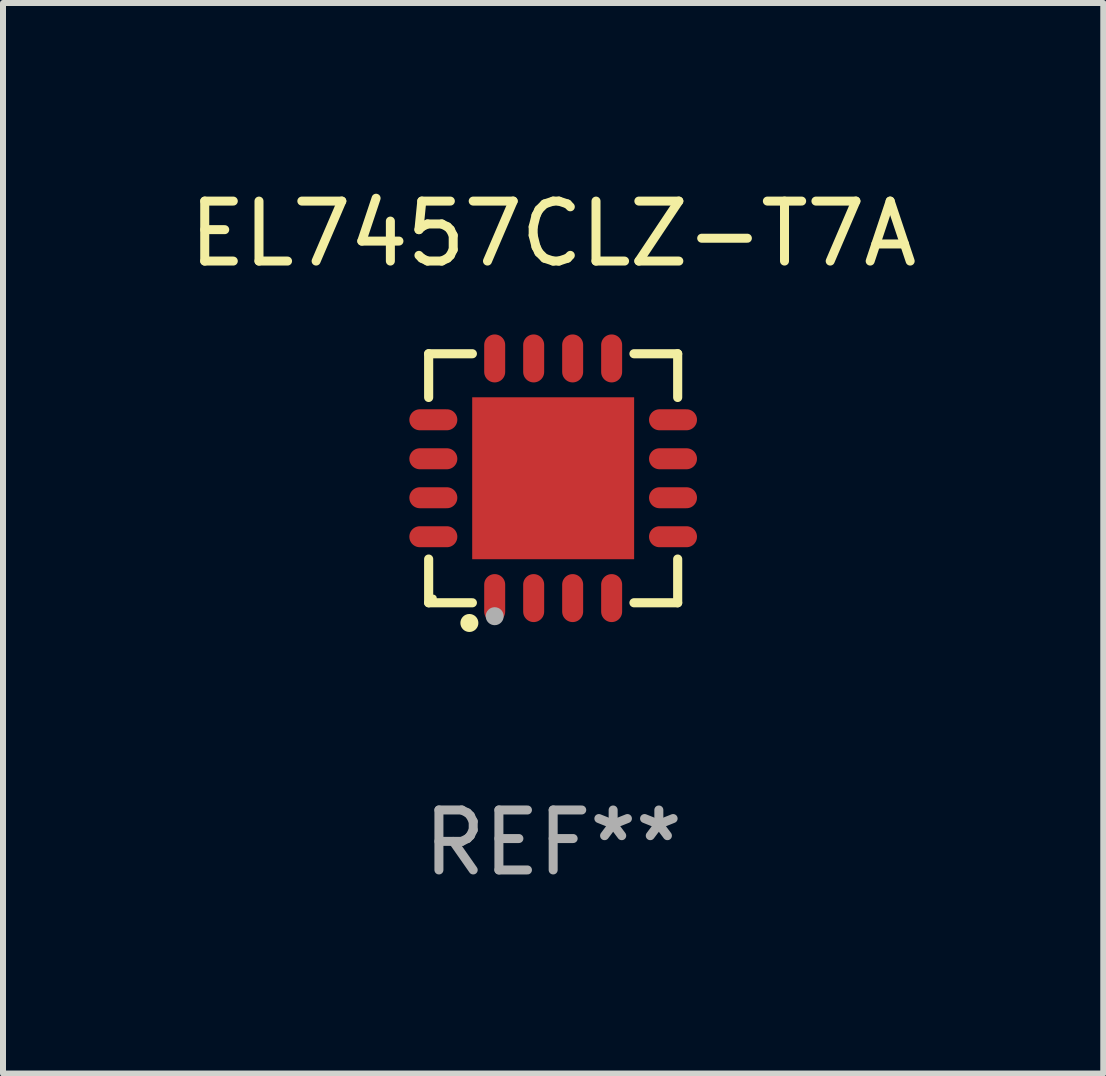
<source format=kicad_pcb>
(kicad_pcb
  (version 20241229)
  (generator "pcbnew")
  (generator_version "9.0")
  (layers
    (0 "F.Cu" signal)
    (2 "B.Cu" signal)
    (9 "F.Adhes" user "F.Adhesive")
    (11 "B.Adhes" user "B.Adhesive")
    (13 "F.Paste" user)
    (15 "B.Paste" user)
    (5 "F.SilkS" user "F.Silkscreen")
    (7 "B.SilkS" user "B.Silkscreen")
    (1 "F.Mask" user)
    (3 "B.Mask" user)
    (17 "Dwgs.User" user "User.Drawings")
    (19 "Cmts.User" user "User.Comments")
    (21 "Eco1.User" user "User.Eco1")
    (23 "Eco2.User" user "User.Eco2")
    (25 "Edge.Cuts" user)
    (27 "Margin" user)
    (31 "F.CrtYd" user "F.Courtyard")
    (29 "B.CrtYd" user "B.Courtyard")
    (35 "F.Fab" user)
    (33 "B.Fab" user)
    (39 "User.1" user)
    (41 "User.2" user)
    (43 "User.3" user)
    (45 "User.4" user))
  (footprint "EL7457CLZ-T7A"
    (layer "F.Cu")
    (at 6.173 4.924)
    (property "Reference" "EL7457CLZ-T7A" (at 0 -4.076 0) (layer "F.SilkS") (effects (font (size 1 1) (thickness 0.15))))
    (attr through_hole)
    (fp_line (start -2.076 -2.076) (end -1.347 -2.076) (stroke (width 0.152) (type solid)) (layer "F.SilkS"))
    (fp_line (start -2.076 -1.347) (end -2.076 -2.076) (stroke (width 0.152) (type solid)) (layer "F.SilkS"))
    (fp_line (start -2.076 1.347) (end -2.076 2.076) (stroke (width 0.152) (type solid)) (layer "F.SilkS"))
    (fp_line (start -2.076 2.076) (end -1.347 2.076) (stroke (width 0.152) (type solid)) (layer "F.SilkS"))
    (fp_line (start 2.076 -2.076) (end 1.347 -2.076) (stroke (width 0.152) (type solid)) (layer "F.SilkS"))
    (fp_line (start 2.076 -1.347) (end 2.076 -2.076) (stroke (width 0.152) (type solid)) (layer "F.SilkS"))
    (fp_line (start 2.076 1.347) (end 2.076 2.076) (stroke (width 0.152) (type solid)) (layer "F.SilkS"))
    (fp_line (start 2.076 2.076) (end 1.347 2.076) (stroke (width 0.152) (type solid)) (layer "F.SilkS"))
    (fp_circle (center -2 2) (end -1.97 2) (stroke (width 0.06) (type solid)) (fill no) (layer "F.SilkS"))
    (fp_circle (center -1.397 2.413) (end -1.322 2.413) (stroke (width 0.15) (type solid)) (fill no) (layer "F.SilkS"))
    (fp_circle (center -0.975 2.3) (end -0.9 2.3) (stroke (width 0.15) (type solid)) (fill no) (layer "F.Fab"))
    (fp_text user "REF**" (at 0 6.076 0) (layer "F.Fab") (effects (font (size 1 1) (thickness 0.15))))
    (pad "1" smd oval (at -0.975 1.998) (size 0.35 0.8) (layers "F.Cu" "F.Mask" "F.Paste"))
    (pad "2" smd oval (at -0.325 1.998) (size 0.35 0.8) (layers "F.Cu" "F.Mask" "F.Paste"))
    (pad "3" smd oval (at 0.325 1.998) (size 0.35 0.8) (layers "F.Cu" "F.Mask" "F.Paste"))
    (pad "4" smd oval (at 0.975 1.998) (size 0.35 0.8) (layers "F.Cu" "F.Mask" "F.Paste"))
    (pad "5" smd oval (at 1.998 0.975) (size 0.8 0.35) (layers "F.Cu" "F.Mask" "F.Paste"))
    (pad "6" smd oval (at 1.998 0.325) (size 0.8 0.35) (layers "F.Cu" "F.Mask" "F.Paste"))
    (pad "7" smd oval (at 1.998 -0.325) (size 0.8 0.35) (layers "F.Cu" "F.Mask" "F.Paste"))
    (pad "8" smd oval (at 1.998 -0.975) (size 0.8 0.35) (layers "F.Cu" "F.Mask" "F.Paste"))
    (pad "9" smd oval (at 0.975 -1.998) (size 0.35 0.8) (layers "F.Cu" "F.Mask" "F.Paste"))
    (pad "10" smd oval (at 0.325 -1.998) (size 0.35 0.8) (layers "F.Cu" "F.Mask" "F.Paste"))
    (pad "11" smd oval (at -0.325 -1.998) (size 0.35 0.8) (layers "F.Cu" "F.Mask" "F.Paste"))
    (pad "12" smd oval (at -0.975 -1.998) (size 0.35 0.8) (layers "F.Cu" "F.Mask" "F.Paste"))
    (pad "13" smd oval (at -1.998 -0.975) (size 0.8 0.35) (layers "F.Cu" "F.Mask" "F.Paste"))
    (pad "14" smd oval (at -1.998 -0.325) (size 0.8 0.35) (layers "F.Cu" "F.Mask" "F.Paste"))
    (pad "15" smd oval (at -1.998 0.325) (size 0.8 0.35) (layers "F.Cu" "F.Mask" "F.Paste"))
    (pad "16" smd oval (at -1.998 0.975) (size 0.8 0.35) (layers "F.Cu" "F.Mask" "F.Paste"))
    (pad "17" smd rect (at 0 0) (size 2.7 2.7) (layers "F.Cu" "F.Mask" "F.Paste")))
  (gr_rect
    (start -3 -3)
    (end 15.345 14.849)
    (stroke (width 0.1) (type default))
    (fill no)
    (layer "Edge.Cuts")))
</source>
